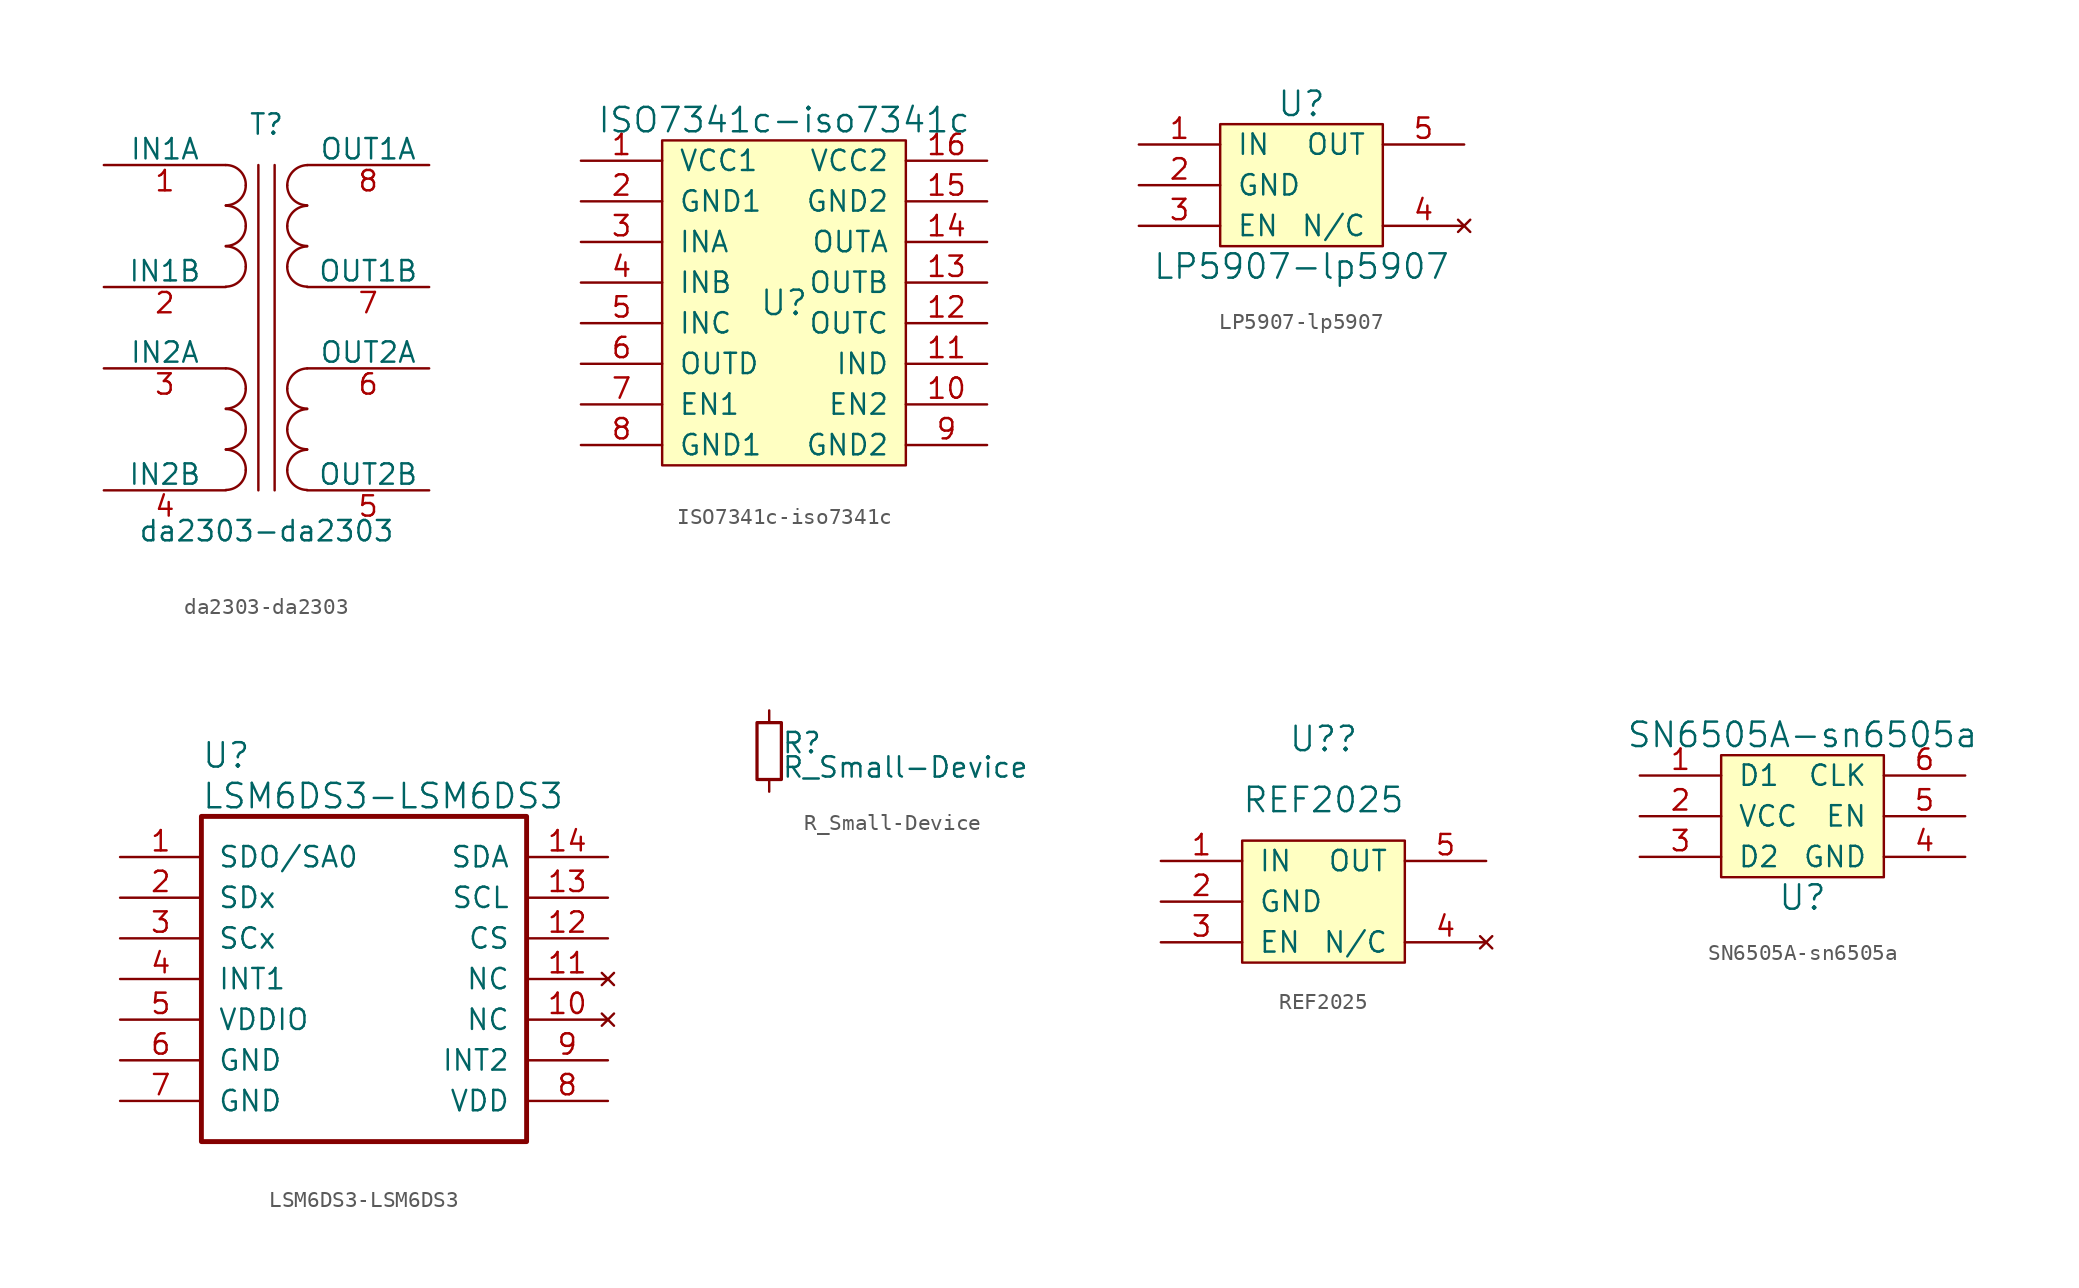
<source format=kicad_sym>
(kicad_symbol_lib
  (version 20210619)
  (generator kicad_symbol_editor)
  (symbol "ads131:da2303-da2303"
    (pin_names
      (offset 0))
    (property "Reference" "T"
      (at 0 12.7 0)
      (effects (font (size 1.27 1.27))))
    (property "Value" "da2303-da2303"
      (at 0 -12.7 0)
      (effects (font (size 1.27 1.27))))
    (property "Footprint" ""
      (at 0 0 0)
      (effects (font (size 1.27 1.27))))
    (property "Datasheet" ""
      (at 0 0 0)
      (effects (font (size 1.27 1.27))))
    (symbol "da2303-da2303_0_1"
      (arc (start -2.54 -10.1346) (end -1.2954 -8.89) (radius (at -2.54 -8.89) (length 1.27) (angles -90.1 0.1)) (stroke (width 0)) (fill (type none)))
      (arc (start -1.2954 -8.89) (end -2.54 -7.62) (radius (at -2.54 -8.89) (length 1.27) (angles -0.1 90.1)) (stroke (width 0)) (fill (type none)))
      (arc (start -2.54 -7.5946) (end -1.2954 -6.35) (radius (at -2.54 -6.35) (length 1.27) (angles -90.1 0.1)) (stroke (width 0)) (fill (type none)))
      (arc (start -1.2954 -6.35) (end -2.54 -5.08) (radius (at -2.54 -6.35) (length 1.27) (angles -0.1 90.1)) (stroke (width 0)) (fill (type none)))
      (arc (start -2.54 -5.0546) (end -1.2954 -3.81) (radius (at -2.54 -3.81) (length 1.27) (angles -90.1 0.1)) (stroke (width 0)) (fill (type none)))
      (arc (start -1.2954 -3.81) (end -2.54 -2.54) (radius (at -2.54 -3.81) (length 1.27) (angles -0.1 90.1)) (stroke (width 0)) (fill (type none)))
      (arc (start -2.54 2.5654) (end -1.2954 3.81) (radius (at -2.54 3.81) (length 1.27) (angles -90.1 0.1)) (stroke (width 0)) (fill (type none)))
      (arc (start -1.2954 3.81) (end -2.54 5.08) (radius (at -2.54 3.81) (length 1.27) (angles -0.1 90.1)) (stroke (width 0)) (fill (type none)))
      (arc (start -2.54 5.1054) (end -1.2954 6.35) (radius (at -2.54 6.35) (length 1.27) (angles -90.1 0.1)) (stroke (width 0)) (fill (type none)))
      (arc (start -1.2954 6.35) (end -2.54 7.62) (radius (at -2.54 6.35) (length 1.27) (angles -0.1 90.1)) (stroke (width 0)) (fill (type none)))
      (arc (start -2.54 7.6454) (end -1.2954 8.89) (radius (at -2.54 8.89) (length 1.27) (angles -90.1 0.1)) (stroke (width 0)) (fill (type none)))
      (arc (start -1.2954 8.89) (end -2.54 10.16) (radius (at -2.54 8.89) (length 1.27) (angles -0.1 90.1)) (stroke (width 0)) (fill (type none)))
      (arc (start 2.54 -7.62) (end 1.2954 -8.89) (radius (at 2.54 -8.89) (length 1.27) (angles 89.9 -179.9)) (stroke (width 0)) (fill (type none)))
      (arc (start 1.2954 -8.89) (end 2.54 -10.1346) (radius (at 2.54 -8.89) (length 1.27) (angles 179.9 -89.9)) (stroke (width 0)) (fill (type none)))
      (arc (start 2.54 -5.08) (end 1.2954 -6.35) (radius (at 2.54 -6.35) (length 1.27) (angles 89.9 -179.9)) (stroke (width 0)) (fill (type none)))
      (arc (start 1.2954 -6.35) (end 2.54 -7.5946) (radius (at 2.54 -6.35) (length 1.27) (angles 179.9 -89.9)) (stroke (width 0)) (fill (type none)))
      (arc (start 2.54 -2.54) (end 1.2954 -3.81) (radius (at 2.54 -3.81) (length 1.27) (angles 89.9 -179.9)) (stroke (width 0)) (fill (type none)))
      (arc (start 1.2954 -3.81) (end 2.54 -5.0546) (radius (at 2.54 -3.81) (length 1.27) (angles 179.9 -89.9)) (stroke (width 0)) (fill (type none)))
      (arc (start 2.54 5.08) (end 1.2954 3.81) (radius (at 2.54 3.81) (length 1.27) (angles 89.9 -179.9)) (stroke (width 0)) (fill (type none)))
      (arc (start 1.2954 3.81) (end 2.54 2.5654) (radius (at 2.54 3.81) (length 1.27) (angles 179.9 -89.9)) (stroke (width 0)) (fill (type none)))
      (arc (start 2.54 7.62) (end 1.2954 6.35) (radius (at 2.54 6.35) (length 1.27) (angles 89.9 -179.9)) (stroke (width 0)) (fill (type none)))
      (arc (start 1.2954 6.35) (end 2.54 5.1054) (radius (at 2.54 6.35) (length 1.27) (angles 179.9 -89.9)) (stroke (width 0)) (fill (type none)))
      (arc (start 2.54 10.16) (end 1.2954 8.89) (radius (at 2.54 8.89) (length 1.27) (angles 89.9 -179.9)) (stroke (width 0)) (fill (type none)))
      (arc (start 1.2954 8.89) (end 2.54 7.6454) (radius (at 2.54 8.89) (length 1.27) (angles 179.9 -89.9)) (stroke (width 0)) (fill (type none)))
      (polyline (pts (xy -0.508 -10.16) (xy -0.508 10.16)) (stroke (width 0)) (fill (type none)))
      (polyline (pts (xy 0.508 10.16) (xy 0.508 -10.16)) (stroke (width 0)) (fill (type none))))
    (symbol "da2303-da2303_1_1"
      (pin passive line (at -10.16 10.16 0) (length 7.62) (name "IN1A" (effects (font (size 1.27 1.27)))) (number "1" (effects (font (size 1.27 1.27)))))
      (pin passive line (at -10.16 2.54 0) (length 7.62) (name "IN1B" (effects (font (size 1.27 1.27)))) (number "2" (effects (font (size 1.27 1.27)))))
      (pin passive line (at -10.16 -2.54 0) (length 7.62) (name "IN2A" (effects (font (size 1.27 1.27)))) (number "3" (effects (font (size 1.27 1.27)))))
      (pin passive line (at -10.16 -10.16 0) (length 7.62) (name "IN2B" (effects (font (size 1.27 1.27)))) (number "4" (effects (font (size 1.27 1.27)))))
      (pin passive line (at 10.16 -10.16 180) (length 7.62) (name "OUT2B" (effects (font (size 1.27 1.27)))) (number "5" (effects (font (size 1.27 1.27)))))
      (pin passive line (at 10.16 -2.54 180) (length 7.62) (name "OUT2A" (effects (font (size 1.27 1.27)))) (number "6" (effects (font (size 1.27 1.27)))))
      (pin passive line (at 10.16 2.54 180) (length 7.62) (name "OUT1B" (effects (font (size 1.27 1.27)))) (number "7" (effects (font (size 1.27 1.27)))))
      (pin passive line (at 10.16 10.16 180) (length 7.62) (name "OUT1A" (effects (font (size 1.27 1.27)))) (number "8" (effects (font (size 1.27 1.27)))))))
  (symbol "ads131:ISO7341c-iso7341c"
    (pin_names
      (offset 1.016))
    (property "Reference" "U"
      (at 0 0 0)
      (effects (font (size 1.524 1.524))))
    (property "Value" "ISO7341c-iso7341c"
      (at 0 11.43 0)
      (effects (font (size 1.524 1.524))))
    (symbol "ISO7341c-iso7341c_0_1"
      (rectangle (start -7.62 10.16) (end 7.62 -10.16) (stroke (width 0)) (fill (type background))))
    (symbol "ISO7341c-iso7341c_1_1"
      (pin power_in line (at -12.7 8.89 0) (length 5.08) (name "VCC1" (effects (font (size 1.27 1.27)))) (number "1" (effects (font (size 1.27 1.27)))))
      (pin input line (at 12.7 -6.35 180) (length 5.08) (name "EN2" (effects (font (size 1.27 1.27)))) (number "10" (effects (font (size 1.27 1.27)))))
      (pin input line (at 12.7 -3.81 180) (length 5.08) (name "IND" (effects (font (size 1.27 1.27)))) (number "11" (effects (font (size 1.27 1.27)))))
      (pin output line (at 12.7 -1.27 180) (length 5.08) (name "OUTC" (effects (font (size 1.27 1.27)))) (number "12" (effects (font (size 1.27 1.27)))))
      (pin output line (at 12.7 1.27 180) (length 5.08) (name "OUTB" (effects (font (size 1.27 1.27)))) (number "13" (effects (font (size 1.27 1.27)))))
      (pin output line (at 12.7 3.81 180) (length 5.08) (name "OUTA" (effects (font (size 1.27 1.27)))) (number "14" (effects (font (size 1.27 1.27)))))
      (pin power_in line (at 12.7 6.35 180) (length 5.08) (name "GND2" (effects (font (size 1.27 1.27)))) (number "15" (effects (font (size 1.27 1.27)))))
      (pin power_in line (at 12.7 8.89 180) (length 5.08) (name "VCC2" (effects (font (size 1.27 1.27)))) (number "16" (effects (font (size 1.27 1.27)))))
      (pin power_in line (at -12.7 6.35 0) (length 5.08) (name "GND1" (effects (font (size 1.27 1.27)))) (number "2" (effects (font (size 1.27 1.27)))))
      (pin input line (at -12.7 3.81 0) (length 5.08) (name "INA" (effects (font (size 1.27 1.27)))) (number "3" (effects (font (size 1.27 1.27)))))
      (pin input line (at -12.7 1.27 0) (length 5.08) (name "INB" (effects (font (size 1.27 1.27)))) (number "4" (effects (font (size 1.27 1.27)))))
      (pin input line (at -12.7 -1.27 0) (length 5.08) (name "INC" (effects (font (size 1.27 1.27)))) (number "5" (effects (font (size 1.27 1.27)))))
      (pin output line (at -12.7 -3.81 0) (length 5.08) (name "OUTD" (effects (font (size 1.27 1.27)))) (number "6" (effects (font (size 1.27 1.27)))))
      (pin input line (at -12.7 -6.35 0) (length 5.08) (name "EN1" (effects (font (size 1.27 1.27)))) (number "7" (effects (font (size 1.27 1.27)))))
      (pin power_in line (at -12.7 -8.89 0) (length 5.08) (name "GND1" (effects (font (size 1.27 1.27)))) (number "8" (effects (font (size 1.27 1.27)))))
      (pin power_in line (at 12.7 -8.89 180) (length 5.08) (name "GND2" (effects (font (size 1.27 1.27)))) (number "9" (effects (font (size 1.27 1.27)))))))
  (symbol "ads131:LP5907-lp5907"
    (pin_names
      (offset 1.016))
    (property "Reference" "U"
      (at 0 5.08 0)
      (effects (font (size 1.524 1.524))))
    (property "Value" "LP5907-lp5907"
      (at 0 -5.08 0)
      (effects (font (size 1.524 1.524))))
    (property "Footprint" ""
      (at 0 0 0)
      (effects (font (size 1.524 1.524))))
    (property "Datasheet" ""
      (at 0 0 0)
      (effects (font (size 1.524 1.524))))
    (symbol "LP5907-lp5907_0_1"
      (rectangle (start -5.08 3.81) (end 5.08 -3.81) (stroke (width 0)) (fill (type background))))
    (symbol "LP5907-lp5907_1_1"
      (pin input line (at -10.16 2.54 0) (length 5.08) (name "IN" (effects (font (size 1.27 1.27)))) (number "1" (effects (font (size 1.27 1.27)))))
      (pin input line (at -10.16 0 0) (length 5.08) (name "GND" (effects (font (size 1.27 1.27)))) (number "2" (effects (font (size 1.27 1.27)))))
      (pin input line (at -10.16 -2.54 0) (length 5.08) (name "EN" (effects (font (size 1.27 1.27)))) (number "3" (effects (font (size 1.27 1.27)))))
      (pin no_connect line (at 10.16 -2.54 180) (length 5.08) (name "N/C" (effects (font (size 1.27 1.27)))) (number "4" (effects (font (size 1.27 1.27)))))
      (pin output line (at 10.16 2.54 180) (length 5.08) (name "OUT" (effects (font (size 1.27 1.27)))) (number "5" (effects (font (size 1.27 1.27)))))))
  (symbol "ads131:LSM6DS3-LSM6DS3"
    (pin_names
      (offset 1.016))
    (property "Reference" "U"
      (at 5.08 6.35 0)
      (effects (font (size 1.524 1.524)) (justify left)))
    (property "Value" "LSM6DS3-LSM6DS3"
      (at 5.08 3.81 0)
      (effects (font (size 1.524 1.524)) (justify left)))
    (property "ki_locked" ""
      (at 0 0 0)
      (effects (font (size 1.27 1.27))))
    (symbol "LSM6DS3-LSM6DS3_1_1"
      (rectangle (start 5.08 2.54) (end 25.4 -17.78) (stroke (width 0.305)) (fill (type none)))
      (pin bidirectional line (at 0 0 0) (length 5.08) (name "SDO/SA0" (effects (font (size 1.27 1.27)))) (number "1" (effects (font (size 1.27 1.27)))))
      (pin no_connect line (at 30.48 -10.16 180) (length 5.08) (name "NC" (effects (font (size 1.27 1.27)))) (number "10" (effects (font (size 1.27 1.27)))))
      (pin no_connect line (at 30.48 -7.62 180) (length 5.08) (name "NC" (effects (font (size 1.27 1.27)))) (number "11" (effects (font (size 1.27 1.27)))))
      (pin bidirectional line (at 30.48 -5.08 180) (length 5.08) (name "CS" (effects (font (size 1.27 1.27)))) (number "12" (effects (font (size 1.27 1.27)))))
      (pin bidirectional line (at 30.48 -2.54 180) (length 5.08) (name "SCL" (effects (font (size 1.27 1.27)))) (number "13" (effects (font (size 1.27 1.27)))))
      (pin bidirectional line (at 30.48 0 180) (length 5.08) (name "SDA" (effects (font (size 1.27 1.27)))) (number "14" (effects (font (size 1.27 1.27)))))
      (pin bidirectional line (at 0 -2.54 0) (length 5.08) (name "SDx" (effects (font (size 1.27 1.27)))) (number "2" (effects (font (size 1.27 1.27)))))
      (pin bidirectional line (at 0 -5.08 0) (length 5.08) (name "SCx" (effects (font (size 1.27 1.27)))) (number "3" (effects (font (size 1.27 1.27)))))
      (pin bidirectional line (at 0 -7.62 0) (length 5.08) (name "INT1" (effects (font (size 1.27 1.27)))) (number "4" (effects (font (size 1.27 1.27)))))
      (pin power_in line (at 0 -10.16 0) (length 5.08) (name "VDDIO" (effects (font (size 1.27 1.27)))) (number "5" (effects (font (size 1.27 1.27)))))
      (pin power_in line (at 0 -12.7 0) (length 5.08) (name "GND" (effects (font (size 1.27 1.27)))) (number "6" (effects (font (size 1.27 1.27)))))
      (pin power_in line (at 0 -15.24 0) (length 5.08) (name "GND" (effects (font (size 1.27 1.27)))) (number "7" (effects (font (size 1.27 1.27)))))
      (pin power_in line (at 30.48 -15.24 180) (length 5.08) (name "VDD" (effects (font (size 1.27 1.27)))) (number "8" (effects (font (size 1.27 1.27)))))
      (pin bidirectional line (at 30.48 -12.7 180) (length 5.08) (name "INT2" (effects (font (size 1.27 1.27)))) (number "9" (effects (font (size 1.27 1.27)))))))
  (symbol "ads131:R_Small-Device"
    (pin_numbers hide)
    (pin_names
      (offset 0.254) hide)
    (property "Reference" "R"
      (at 0.762 0.508 0)
      (effects (font (size 1.27 1.27)) (justify left)))
    (property "Value" "R_Small-Device"
      (at 0.762 -1.016 0)
      (effects (font (size 1.27 1.27)) (justify left)))
    (symbol "R_Small-Device_0_1"
      (rectangle (start -0.762 1.778) (end 0.762 -1.778) (stroke (width 0.203)) (fill (type none))))
    (symbol "R_Small-Device_1_1"
      (pin passive line (at 0 2.54 270) (length 0.762) (name "~" (effects (font (size 1.27 1.27)))) (number "1" (effects (font (size 1.27 1.27)))))
      (pin passive line (at 0 -2.54 90) (length 0.762) (name "~" (effects (font (size 1.27 1.27)))) (number "2" (effects (font (size 1.27 1.27)))))))
  (symbol "ads131:REF2025"
    (pin_names
      (offset 1.016))
    (property "Reference" "U?"
      (at 0 10.16 0)
      (effects (font (size 1.524 1.524))))
    (property "Value" "REF2025"
      (at 0 6.35 0)
      (effects (font (size 1.524 1.524))))
    (property "Footprint" ""
      (at 0 0 0)
      (effects (font (size 1.524 1.524))))
    (property "Datasheet" ""
      (at 0 0 0)
      (effects (font (size 1.524 1.524))))
    (symbol "REF2025_0_1"
      (rectangle (start -5.08 3.81) (end 5.08 -3.81) (stroke (width 0)) (fill (type background))))
    (symbol "REF2025_1_1"
      (pin input line (at -10.16 2.54 0) (length 5.08) (name "IN" (effects (font (size 1.27 1.27)))) (number "1" (effects (font (size 1.27 1.27)))))
      (pin input line (at -10.16 0 0) (length 5.08) (name "GND" (effects (font (size 1.27 1.27)))) (number "2" (effects (font (size 1.27 1.27)))))
      (pin input line (at -10.16 -2.54 0) (length 5.08) (name "EN" (effects (font (size 1.27 1.27)))) (number "3" (effects (font (size 1.27 1.27)))))
      (pin no_connect line (at 10.16 -2.54 180) (length 5.08) (name "N/C" (effects (font (size 1.27 1.27)))) (number "4" (effects (font (size 1.27 1.27)))))
      (pin output line (at 10.16 2.54 180) (length 5.08) (name "OUT" (effects (font (size 1.27 1.27)))) (number "5" (effects (font (size 1.27 1.27)))))))
  (symbol "ads131:SN6505A-sn6505a"
    (pin_names
      (offset 1.016))
    (property "Reference" "U"
      (at 0 -5.08 0)
      (effects (font (size 1.524 1.524))))
    (property "Value" "SN6505A-sn6505a"
      (at 0 5.08 0)
      (effects (font (size 1.524 1.524))))
    (property "Footprint" ""
      (at 0 0 0)
      (effects (font (size 1.524 1.524))))
    (property "Datasheet" ""
      (at 0 0 0)
      (effects (font (size 1.524 1.524))))
    (symbol "SN6505A-sn6505a_0_1"
      (rectangle (start -5.08 3.81) (end 5.08 -3.81) (stroke (width 0)) (fill (type background))))
    (symbol "SN6505A-sn6505a_1_1"
      (pin power_out line (at -10.16 2.54 0) (length 5.08) (name "D1" (effects (font (size 1.27 1.27)))) (number "1" (effects (font (size 1.27 1.27)))))
      (pin power_in line (at -10.16 0 0) (length 5.08) (name "VCC" (effects (font (size 1.27 1.27)))) (number "2" (effects (font (size 1.27 1.27)))))
      (pin power_out line (at -10.16 -2.54 0) (length 5.08) (name "D2" (effects (font (size 1.27 1.27)))) (number "3" (effects (font (size 1.27 1.27)))))
      (pin power_in line (at 10.16 -2.54 180) (length 5.08) (name "GND" (effects (font (size 1.27 1.27)))) (number "4" (effects (font (size 1.27 1.27)))))
      (pin input line (at 10.16 0 180) (length 5.08) (name "EN" (effects (font (size 1.27 1.27)))) (number "5" (effects (font (size 1.27 1.27)))))
      (pin input line (at 10.16 2.54 180) (length 5.08) (name "CLK" (effects (font (size 1.27 1.27)))) (number "6" (effects (font (size 1.27 1.27))))))))
</source>
